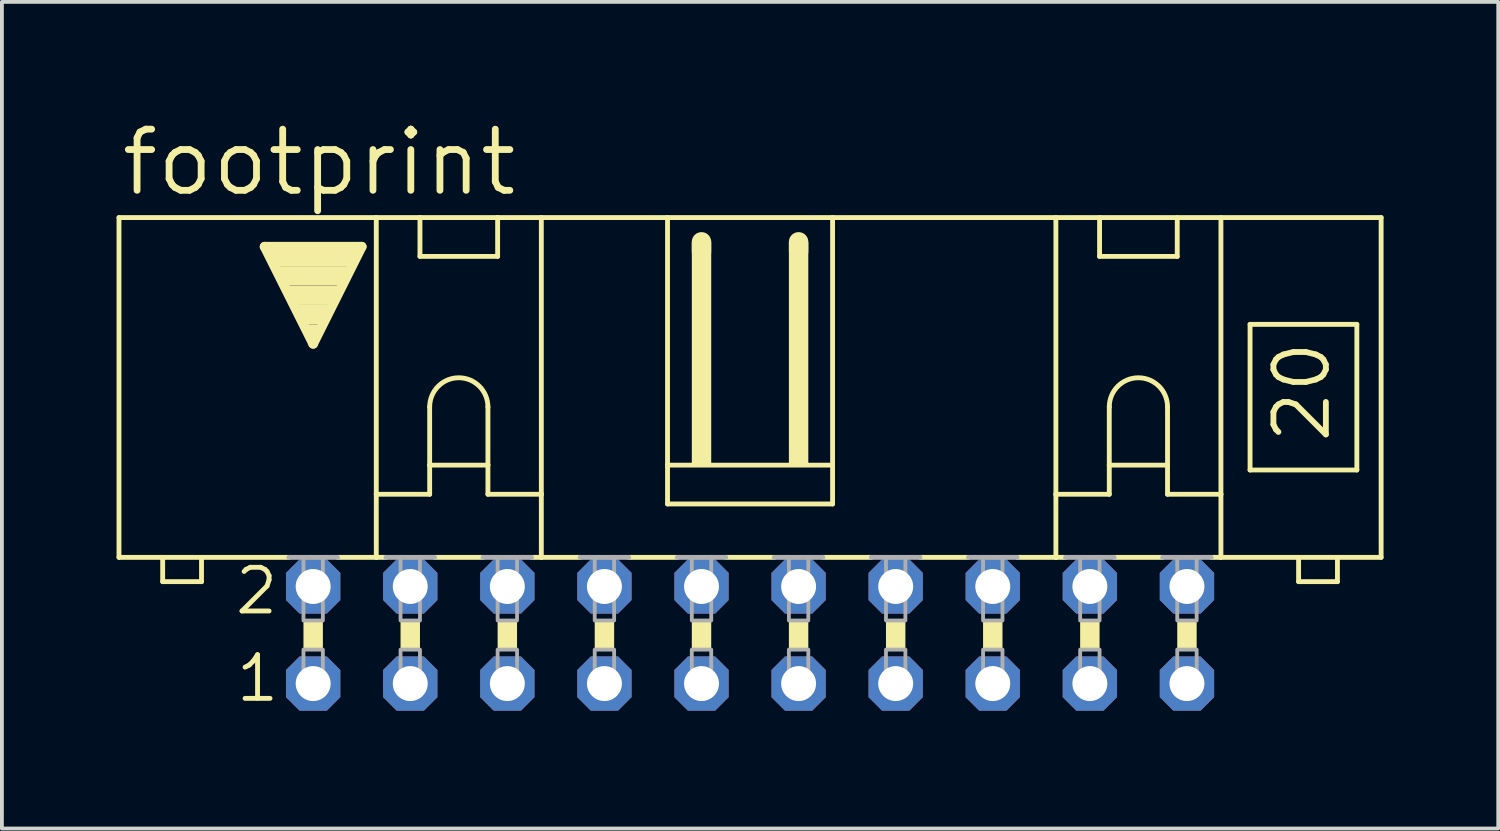
<source format=kicad_pcb>
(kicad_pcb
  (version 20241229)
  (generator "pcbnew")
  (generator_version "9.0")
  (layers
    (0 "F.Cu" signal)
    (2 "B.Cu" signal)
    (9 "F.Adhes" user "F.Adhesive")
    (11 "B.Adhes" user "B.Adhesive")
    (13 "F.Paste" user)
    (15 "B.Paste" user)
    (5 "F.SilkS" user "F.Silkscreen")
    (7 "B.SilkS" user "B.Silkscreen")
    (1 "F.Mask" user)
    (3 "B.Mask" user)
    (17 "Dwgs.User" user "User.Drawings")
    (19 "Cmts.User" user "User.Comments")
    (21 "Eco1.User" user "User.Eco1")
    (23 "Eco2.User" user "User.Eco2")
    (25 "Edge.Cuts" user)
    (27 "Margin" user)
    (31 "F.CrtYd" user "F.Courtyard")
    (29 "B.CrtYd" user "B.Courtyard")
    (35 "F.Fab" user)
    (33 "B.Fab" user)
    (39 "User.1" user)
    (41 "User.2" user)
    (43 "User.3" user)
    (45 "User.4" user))
  (footprint "footprint"
    (layer "F.Cu")
    (at 16.573 13.564)
    (property "Reference" "footprint" (at -16.535 -11.43 0) (layer "F.SilkS") (effects (font (size 1.6 1.6) (thickness 0.178)) (justify left bottom)))
    (fp_line (start -16.51 -2.032) (end -16.51 -10.922) (stroke (width 0.127) (type solid)) (layer "F.SilkS"))
    (fp_line (start -16.51 -2.032) (end -15.367 -2.032) (stroke (width 0.127) (type solid)) (layer "F.SilkS"))
    (fp_line (start -15.367 -2.032) (end -15.367 -1.397) (stroke (width 0.127) (type solid)) (layer "F.SilkS"))
    (fp_line (start -15.367 -2.032) (end -14.351 -2.032) (stroke (width 0.127) (type solid)) (layer "F.SilkS"))
    (fp_line (start -14.351 -2.032) (end -12.065 -2.032) (stroke (width 0.127) (type solid)) (layer "F.SilkS"))
    (fp_line (start -14.351 -1.397) (end -15.367 -1.397) (stroke (width 0.127) (type solid)) (layer "F.SilkS"))
    (fp_line (start -14.351 -1.397) (end -14.351 -2.032) (stroke (width 0.127) (type solid)) (layer "F.SilkS"))
    (fp_line (start -12.7 -10.16) (end -10.16 -10.16) (stroke (width 0.254) (type solid)) (layer "F.SilkS"))
    (fp_line (start -11.43 -7.62) (end -12.7 -10.16) (stroke (width 0.254) (type solid)) (layer "F.SilkS"))
    (fp_line (start -10.795 -2.032) (end -9.779 -2.032) (stroke (width 0.127) (type solid)) (layer "F.SilkS"))
    (fp_line (start -10.16 -10.16) (end -11.43 -7.62) (stroke (width 0.254) (type solid)) (layer "F.SilkS"))
    (fp_line (start -9.779 -10.922) (end -16.51 -10.922) (stroke (width 0.127) (type solid)) (layer "F.SilkS"))
    (fp_line (start -9.779 -10.922) (end -8.636 -10.922) (stroke (width 0.127) (type solid)) (layer "F.SilkS"))
    (fp_line (start -9.779 -3.683) (end -9.779 -10.922) (stroke (width 0.127) (type solid)) (layer "F.SilkS"))
    (fp_line (start -9.779 -3.683) (end -9.779 -2.032) (stroke (width 0.127) (type solid)) (layer "F.SilkS"))
    (fp_line (start -9.779 -3.683) (end -8.382 -3.683) (stroke (width 0.127) (type solid)) (layer "F.SilkS"))
    (fp_line (start -9.779 -2.032) (end -9.525 -2.032) (stroke (width 0.127) (type solid)) (layer "F.SilkS"))
    (fp_line (start -8.636 -10.922) (end -6.604 -10.922) (stroke (width 0.127) (type solid)) (layer "F.SilkS"))
    (fp_line (start -8.636 -9.906) (end -8.636 -10.922) (stroke (width 0.127) (type solid)) (layer "F.SilkS"))
    (fp_line (start -8.636 -9.906) (end -6.604 -9.906) (stroke (width 0.127) (type solid)) (layer "F.SilkS"))
    (fp_line (start -8.382 -5.969) (end -8.382 -4.445) (stroke (width 0.127) (type solid)) (layer "F.SilkS"))
    (fp_line (start -8.382 -4.445) (end -8.382 -3.683) (stroke (width 0.127) (type solid)) (layer "F.SilkS"))
    (fp_line (start -8.382 -4.445) (end -6.858 -4.445) (stroke (width 0.127) (type solid)) (layer "F.SilkS"))
    (fp_line (start -8.255 -2.032) (end -6.985 -2.032) (stroke (width 0.127) (type solid)) (layer "F.SilkS"))
    (fp_line (start -6.858 -5.969) (end -6.858 -4.445) (stroke (width 0.127) (type solid)) (layer "F.SilkS"))
    (fp_line (start -6.858 -4.445) (end -6.858 -3.683) (stroke (width 0.127) (type solid)) (layer "F.SilkS"))
    (fp_line (start -6.858 -3.683) (end -5.461 -3.683) (stroke (width 0.127) (type solid)) (layer "F.SilkS"))
    (fp_line (start -6.604 -10.922) (end -6.604 -9.906) (stroke (width 0.127) (type solid)) (layer "F.SilkS"))
    (fp_line (start -6.604 -10.922) (end -5.461 -10.922) (stroke (width 0.127) (type solid)) (layer "F.SilkS"))
    (fp_line (start -5.461 -10.922) (end -2.159 -10.922) (stroke (width 0.127) (type solid)) (layer "F.SilkS"))
    (fp_line (start -5.461 -3.683) (end -5.461 -10.922) (stroke (width 0.127) (type solid)) (layer "F.SilkS"))
    (fp_line (start -5.461 -3.683) (end -5.461 -2.032) (stroke (width 0.127) (type solid)) (layer "F.SilkS"))
    (fp_line (start -5.461 -2.032) (end -5.715 -2.032) (stroke (width 0.127) (type solid)) (layer "F.SilkS"))
    (fp_line (start -5.461 -2.032) (end -4.445 -2.032) (stroke (width 0.127) (type solid)) (layer "F.SilkS"))
    (fp_line (start -3.175 -2.032) (end -1.905 -2.032) (stroke (width 0.127) (type solid)) (layer "F.SilkS"))
    (fp_line (start -2.159 -10.922) (end -2.159 -4.445) (stroke (width 0.127) (type solid)) (layer "F.SilkS"))
    (fp_line (start -2.159 -10.922) (end 2.159 -10.922) (stroke (width 0.127) (type solid)) (layer "F.SilkS"))
    (fp_line (start -2.159 -4.445) (end -2.159 -3.429) (stroke (width 0.127) (type solid)) (layer "F.SilkS"))
    (fp_line (start -1.27 -10.033) (end -1.27 -10.287) (stroke (width 0.508) (type solid)) (layer "F.SilkS"))
    (fp_line (start -0.635 -2.032) (end 0.635 -2.032) (stroke (width 0.127) (type solid)) (layer "F.SilkS"))
    (fp_line (start 1.27 -10.033) (end 1.27 -10.287) (stroke (width 0.508) (type solid)) (layer "F.SilkS"))
    (fp_line (start 1.905 -2.032) (end 3.175 -2.032) (stroke (width 0.127) (type solid)) (layer "F.SilkS"))
    (fp_line (start 2.159 -10.922) (end 2.159 -4.445) (stroke (width 0.127) (type solid)) (layer "F.SilkS"))
    (fp_line (start 2.159 -10.922) (end 8.001 -10.922) (stroke (width 0.127) (type solid)) (layer "F.SilkS"))
    (fp_line (start 2.159 -4.445) (end -2.159 -4.445) (stroke (width 0.127) (type solid)) (layer "F.SilkS"))
    (fp_line (start 2.159 -4.445) (end 2.159 -3.429) (stroke (width 0.127) (type solid)) (layer "F.SilkS"))
    (fp_line (start 2.159 -3.429) (end -2.159 -3.429) (stroke (width 0.127) (type solid)) (layer "F.SilkS"))
    (fp_line (start 4.445 -2.032) (end 5.715 -2.032) (stroke (width 0.127) (type solid)) (layer "F.SilkS"))
    (fp_line (start 6.985 -2.032) (end 8.001 -2.032) (stroke (width 0.127) (type solid)) (layer "F.SilkS"))
    (fp_line (start 8.001 -10.922) (end 16.51 -10.922) (stroke (width 0.127) (type solid)) (layer "F.SilkS"))
    (fp_line (start 8.001 -3.683) (end 8.001 -10.922) (stroke (width 0.127) (type solid)) (layer "F.SilkS"))
    (fp_line (start 8.001 -3.683) (end 8.001 -2.032) (stroke (width 0.127) (type solid)) (layer "F.SilkS"))
    (fp_line (start 8.001 -3.683) (end 9.398 -3.683) (stroke (width 0.127) (type solid)) (layer "F.SilkS"))
    (fp_line (start 8.001 -2.032) (end 8.255 -2.032) (stroke (width 0.127) (type solid)) (layer "F.SilkS"))
    (fp_line (start 9.144 -9.906) (end 9.144 -10.922) (stroke (width 0.127) (type solid)) (layer "F.SilkS"))
    (fp_line (start 9.144 -9.906) (end 11.176 -9.906) (stroke (width 0.127) (type solid)) (layer "F.SilkS"))
    (fp_line (start 9.398 -5.969) (end 9.398 -4.445) (stroke (width 0.127) (type solid)) (layer "F.SilkS"))
    (fp_line (start 9.398 -4.445) (end 9.398 -3.683) (stroke (width 0.127) (type solid)) (layer "F.SilkS"))
    (fp_line (start 9.398 -4.445) (end 10.922 -4.445) (stroke (width 0.127) (type solid)) (layer "F.SilkS"))
    (fp_line (start 9.525 -2.032) (end 10.795 -2.032) (stroke (width 0.127) (type solid)) (layer "F.SilkS"))
    (fp_line (start 10.922 -5.969) (end 10.922 -4.445) (stroke (width 0.127) (type solid)) (layer "F.SilkS"))
    (fp_line (start 10.922 -4.445) (end 10.922 -3.683) (stroke (width 0.127) (type solid)) (layer "F.SilkS"))
    (fp_line (start 10.922 -3.683) (end 12.319 -3.683) (stroke (width 0.127) (type solid)) (layer "F.SilkS"))
    (fp_line (start 11.176 -10.922) (end 11.176 -9.906) (stroke (width 0.127) (type solid)) (layer "F.SilkS"))
    (fp_line (start 12.319 -3.683) (end 12.319 -10.922) (stroke (width 0.127) (type solid)) (layer "F.SilkS"))
    (fp_line (start 12.319 -3.683) (end 12.319 -2.032) (stroke (width 0.127) (type solid)) (layer "F.SilkS"))
    (fp_line (start 12.319 -2.032) (end 12.065 -2.032) (stroke (width 0.127) (type solid)) (layer "F.SilkS"))
    (fp_line (start 13.081 -8.128) (end 13.081 -4.318) (stroke (width 0.127) (type solid)) (layer "F.SilkS"))
    (fp_line (start 13.081 -8.128) (end 15.875 -8.128) (stroke (width 0.127) (type solid)) (layer "F.SilkS"))
    (fp_line (start 13.081 -4.318) (end 15.875 -4.318) (stroke (width 0.127) (type solid)) (layer "F.SilkS"))
    (fp_line (start 14.351 -2.032) (end 12.319 -2.032) (stroke (width 0.127) (type solid)) (layer "F.SilkS"))
    (fp_line (start 14.351 -2.032) (end 14.351 -1.397) (stroke (width 0.127) (type solid)) (layer "F.SilkS"))
    (fp_line (start 15.367 -2.032) (end 14.351 -2.032) (stroke (width 0.127) (type solid)) (layer "F.SilkS"))
    (fp_line (start 15.367 -1.397) (end 14.351 -1.397) (stroke (width 0.127) (type solid)) (layer "F.SilkS"))
    (fp_line (start 15.367 -1.397) (end 15.367 -2.032) (stroke (width 0.127) (type solid)) (layer "F.SilkS"))
    (fp_line (start 15.875 -4.318) (end 15.875 -8.128) (stroke (width 0.127) (type solid)) (layer "F.SilkS"))
    (fp_line (start 16.51 -2.032) (end 15.367 -2.032) (stroke (width 0.127) (type solid)) (layer "F.SilkS"))
    (fp_line (start 16.51 -2.032) (end 16.51 -10.922) (stroke (width 0.127) (type solid)) (layer "F.SilkS"))
    (fp_arc (start -8.382 -5.969) (mid -7.62 -6.731) (end -6.858 -5.969) (stroke (width 0.127) (type solid)) (layer "F.SilkS"))
    (fp_arc (start 9.398 -5.969) (mid 10.16 -6.731) (end 10.922 -5.969) (stroke (width 0.127) (type solid)) (layer "F.SilkS"))
    (fp_poly (pts (xy -12.573 -9.652) (xy -10.287 -9.652) (xy -10.287 -10.16) (xy -12.573 -10.16)) (stroke (width 0) (type solid)) (fill yes) (layer "F.SilkS"))
    (fp_poly (pts (xy -12.319 -9.144) (xy -10.541 -9.144) (xy -10.541 -9.652) (xy -12.319 -9.652)) (stroke (width 0) (type solid)) (fill yes) (layer "F.SilkS"))
    (fp_poly (pts (xy -12.065 -8.636) (xy -10.795 -8.636) (xy -10.795 -9.144) (xy -12.065 -9.144)) (stroke (width 0) (type solid)) (fill yes) (layer "F.SilkS"))
    (fp_poly (pts (xy -11.811 -8.128) (xy -11.049 -8.128) (xy -11.049 -8.636) (xy -11.811 -8.636)) (stroke (width 0) (type solid)) (fill yes) (layer "F.SilkS"))
    (fp_poly (pts (xy -11.684 0.381) (xy -11.176 0.381) (xy -11.176 -0.381) (xy -11.684 -0.381)) (stroke (width 0) (type solid)) (fill yes) (layer "F.SilkS"))
    (fp_poly (pts (xy -11.557 -7.874) (xy -11.303 -7.874) (xy -11.303 -8.128) (xy -11.557 -8.128)) (stroke (width 0) (type solid)) (fill yes) (layer "F.SilkS"))
    (fp_poly (pts (xy -9.144 0.381) (xy -8.636 0.381) (xy -8.636 -0.381) (xy -9.144 -0.381)) (stroke (width 0) (type solid)) (fill yes) (layer "F.SilkS"))
    (fp_poly (pts (xy -6.604 0.381) (xy -6.096 0.381) (xy -6.096 -0.381) (xy -6.604 -0.381)) (stroke (width 0) (type solid)) (fill yes) (layer "F.SilkS"))
    (fp_poly (pts (xy -4.064 0.381) (xy -3.556 0.381) (xy -3.556 -0.381) (xy -4.064 -0.381)) (stroke (width 0) (type solid)) (fill yes) (layer "F.SilkS"))
    (fp_poly (pts (xy -1.524 -4.445) (xy -1.016 -4.445) (xy -1.016 -10.287) (xy -1.524 -10.287)) (stroke (width 0) (type solid)) (fill yes) (layer "F.SilkS"))
    (fp_poly (pts (xy -1.524 0.381) (xy -1.016 0.381) (xy -1.016 -0.381) (xy -1.524 -0.381)) (stroke (width 0) (type solid)) (fill yes) (layer "F.SilkS"))
    (fp_poly (pts (xy 1.016 -4.445) (xy 1.524 -4.445) (xy 1.524 -10.287) (xy 1.016 -10.287)) (stroke (width 0) (type solid)) (fill yes) (layer "F.SilkS"))
    (fp_poly (pts (xy 1.016 0.381) (xy 1.524 0.381) (xy 1.524 -0.381) (xy 1.016 -0.381)) (stroke (width 0) (type solid)) (fill yes) (layer "F.SilkS"))
    (fp_poly (pts (xy 3.556 0.381) (xy 4.064 0.381) (xy 4.064 -0.381) (xy 3.556 -0.381)) (stroke (width 0) (type solid)) (fill yes) (layer "F.SilkS"))
    (fp_poly (pts (xy 6.096 0.381) (xy 6.604 0.381) (xy 6.604 -0.381) (xy 6.096 -0.381)) (stroke (width 0) (type solid)) (fill yes) (layer "F.SilkS"))
    (fp_poly (pts (xy 8.636 0.381) (xy 9.144 0.381) (xy 9.144 -0.381) (xy 8.636 -0.381)) (stroke (width 0) (type solid)) (fill yes) (layer "F.SilkS"))
    (fp_poly (pts (xy 11.176 0.381) (xy 11.684 0.381) (xy 11.684 -0.381) (xy 11.176 -0.381)) (stroke (width 0) (type solid)) (fill yes) (layer "F.SilkS"))
    (fp_line (start -12.065 -2.032) (end -10.795 -2.032) (stroke (width 0.127) (type solid)) (layer "F.Fab"))
    (fp_line (start -9.525 -2.032) (end -8.255 -2.032) (stroke (width 0.127) (type solid)) (layer "F.Fab"))
    (fp_line (start -6.985 -2.032) (end -5.715 -2.032) (stroke (width 0.127) (type solid)) (layer "F.Fab"))
    (fp_line (start -4.445 -2.032) (end -3.175 -2.032) (stroke (width 0.127) (type solid)) (layer "F.Fab"))
    (fp_line (start -0.635 -2.032) (end -1.905 -2.032) (stroke (width 0.127) (type solid)) (layer "F.Fab"))
    (fp_line (start 1.905 -2.032) (end 0.635 -2.032) (stroke (width 0.127) (type solid)) (layer "F.Fab"))
    (fp_line (start 4.445 -2.032) (end 3.175 -2.032) (stroke (width 0.127) (type solid)) (layer "F.Fab"))
    (fp_line (start 6.985 -2.032) (end 5.715 -2.032) (stroke (width 0.127) (type solid)) (layer "F.Fab"))
    (fp_line (start 9.525 -2.032) (end 8.255 -2.032) (stroke (width 0.127) (type solid)) (layer "F.Fab"))
    (fp_line (start 12.065 -2.032) (end 10.795 -2.032) (stroke (width 0.127) (type solid)) (layer "F.Fab"))
    (fp_poly (pts (xy -11.684 -0.381) (xy -11.176 -0.381) (xy -11.176 -2.032) (xy -11.684 -2.032)) (stroke (width 0.1) (type solid)) (fill no) (layer "F.Fab"))
    (fp_poly (pts (xy -11.684 1.524) (xy -11.176 1.524) (xy -11.176 0.381) (xy -11.684 0.381)) (stroke (width 0.1) (type solid)) (fill no) (layer "F.Fab"))
    (fp_poly (pts (xy -9.144 -0.381) (xy -8.636 -0.381) (xy -8.636 -2.032) (xy -9.144 -2.032)) (stroke (width 0.1) (type solid)) (fill no) (layer "F.Fab"))
    (fp_poly (pts (xy -9.144 1.524) (xy -8.636 1.524) (xy -8.636 0.381) (xy -9.144 0.381)) (stroke (width 0.1) (type solid)) (fill no) (layer "F.Fab"))
    (fp_poly (pts (xy -6.604 -0.381) (xy -6.096 -0.381) (xy -6.096 -2.032) (xy -6.604 -2.032)) (stroke (width 0.1) (type solid)) (fill no) (layer "F.Fab"))
    (fp_poly (pts (xy -6.604 1.524) (xy -6.096 1.524) (xy -6.096 0.381) (xy -6.604 0.381)) (stroke (width 0.1) (type solid)) (fill no) (layer "F.Fab"))
    (fp_poly (pts (xy -4.064 -0.381) (xy -3.556 -0.381) (xy -3.556 -2.032) (xy -4.064 -2.032)) (stroke (width 0.1) (type solid)) (fill no) (layer "F.Fab"))
    (fp_poly (pts (xy -4.064 1.524) (xy -3.556 1.524) (xy -3.556 0.381) (xy -4.064 0.381)) (stroke (width 0.1) (type solid)) (fill no) (layer "F.Fab"))
    (fp_poly (pts (xy -1.524 -0.381) (xy -1.016 -0.381) (xy -1.016 -2.032) (xy -1.524 -2.032)) (stroke (width 0.1) (type solid)) (fill no) (layer "F.Fab"))
    (fp_poly (pts (xy -1.524 1.524) (xy -1.016 1.524) (xy -1.016 0.381) (xy -1.524 0.381)) (stroke (width 0.1) (type solid)) (fill no) (layer "F.Fab"))
    (fp_poly (pts (xy 1.016 -0.381) (xy 1.524 -0.381) (xy 1.524 -2.032) (xy 1.016 -2.032)) (stroke (width 0.1) (type solid)) (fill no) (layer "F.Fab"))
    (fp_poly (pts (xy 1.016 1.524) (xy 1.524 1.524) (xy 1.524 0.381) (xy 1.016 0.381)) (stroke (width 0.1) (type solid)) (fill no) (layer "F.Fab"))
    (fp_poly (pts (xy 3.556 -0.381) (xy 4.064 -0.381) (xy 4.064 -2.032) (xy 3.556 -2.032)) (stroke (width 0.1) (type solid)) (fill no) (layer "F.Fab"))
    (fp_poly (pts (xy 3.556 1.524) (xy 4.064 1.524) (xy 4.064 0.381) (xy 3.556 0.381)) (stroke (width 0.1) (type solid)) (fill no) (layer "F.Fab"))
    (fp_poly (pts (xy 6.096 -0.381) (xy 6.604 -0.381) (xy 6.604 -2.032) (xy 6.096 -2.032)) (stroke (width 0.1) (type solid)) (fill no) (layer "F.Fab"))
    (fp_poly (pts (xy 6.096 1.524) (xy 6.604 1.524) (xy 6.604 0.381) (xy 6.096 0.381)) (stroke (width 0.1) (type solid)) (fill no) (layer "F.Fab"))
    (fp_poly (pts (xy 8.636 -0.381) (xy 9.144 -0.381) (xy 9.144 -2.032) (xy 8.636 -2.032)) (stroke (width 0.1) (type solid)) (fill no) (layer "F.Fab"))
    (fp_poly (pts (xy 8.636 1.524) (xy 9.144 1.524) (xy 9.144 0.381) (xy 8.636 0.381)) (stroke (width 0.1) (type solid)) (fill no) (layer "F.Fab"))
    (fp_poly (pts (xy 11.176 -0.381) (xy 11.684 -0.381) (xy 11.684 -2.032) (xy 11.176 -2.032)) (stroke (width 0.1) (type solid)) (fill no) (layer "F.Fab"))
    (fp_poly (pts (xy 11.176 1.524) (xy 11.684 1.524) (xy 11.684 0.381) (xy 11.176 0.381)) (stroke (width 0.1) (type solid)) (fill no) (layer "F.Fab"))
    (fp_text user "20" (at 15.24 -4.953 90) (layer "F.SilkS") (effects (font (size 1.372 1.372) (thickness 0.152)) (justify left bottom)))
    (fp_text user "1" (at -13.513 1.803 0) (layer "F.SilkS") (effects (font (size 1.143 1.143) (thickness 0.127)) (justify left bottom)))
    (fp_text user "2" (at -13.538 -0.483 0) (layer "F.SilkS") (effects (font (size 1.143 1.143) (thickness 0.127)) (justify left bottom)))
    (pad "1" thru_hole roundrect (at -11.43 1.27) (size 1.422 1.422) (drill 0.914) (layers "*.Cu" "*.Mask") (roundrect_rratio 0.25) (chamfer_ratio 0.25) (chamfer top_left top_right bottom_left bottom_right))
    (pad "2" thru_hole roundrect (at -11.43 -1.27) (size 1.422 1.422) (drill 0.914) (layers "*.Cu" "*.Mask") (roundrect_rratio 0.25) (chamfer_ratio 0.25) (chamfer top_left top_right bottom_left bottom_right))
    (pad "3" thru_hole roundrect (at -8.89 1.27) (size 1.422 1.422) (drill 0.914) (layers "*.Cu" "*.Mask") (roundrect_rratio 0.25) (chamfer_ratio 0.25) (chamfer top_left top_right bottom_left bottom_right))
    (pad "4" thru_hole roundrect (at -8.89 -1.27) (size 1.422 1.422) (drill 0.914) (layers "*.Cu" "*.Mask") (roundrect_rratio 0.25) (chamfer_ratio 0.25) (chamfer top_left top_right bottom_left bottom_right))
    (pad "5" thru_hole roundrect (at -6.35 1.27) (size 1.422 1.422) (drill 0.914) (layers "*.Cu" "*.Mask") (roundrect_rratio 0.25) (chamfer_ratio 0.25) (chamfer top_left top_right bottom_left bottom_right))
    (pad "6" thru_hole roundrect (at -6.35 -1.27) (size 1.422 1.422) (drill 0.914) (layers "*.Cu" "*.Mask") (roundrect_rratio 0.25) (chamfer_ratio 0.25) (chamfer top_left top_right bottom_left bottom_right))
    (pad "7" thru_hole roundrect (at -3.81 1.27) (size 1.422 1.422) (drill 0.914) (layers "*.Cu" "*.Mask") (roundrect_rratio 0.25) (chamfer_ratio 0.25) (chamfer top_left top_right bottom_left bottom_right))
    (pad "8" thru_hole roundrect (at -3.81 -1.27) (size 1.422 1.422) (drill 0.914) (layers "*.Cu" "*.Mask") (roundrect_rratio 0.25) (chamfer_ratio 0.25) (chamfer top_left top_right bottom_left bottom_right))
    (pad "9" thru_hole roundrect (at -1.27 1.27) (size 1.422 1.422) (drill 0.914) (layers "*.Cu" "*.Mask") (roundrect_rratio 0.25) (chamfer_ratio 0.25) (chamfer top_left top_right bottom_left bottom_right))
    (pad "10" thru_hole roundrect (at -1.27 -1.27) (size 1.422 1.422) (drill 0.914) (layers "*.Cu" "*.Mask") (roundrect_rratio 0.25) (chamfer_ratio 0.25) (chamfer top_left top_right bottom_left bottom_right))
    (pad "11" thru_hole roundrect (at 1.27 1.27) (size 1.422 1.422) (drill 0.914) (layers "*.Cu" "*.Mask") (roundrect_rratio 0.25) (chamfer_ratio 0.25) (chamfer top_left top_right bottom_left bottom_right))
    (pad "12" thru_hole roundrect (at 1.27 -1.27) (size 1.422 1.422) (drill 0.914) (layers "*.Cu" "*.Mask") (roundrect_rratio 0.25) (chamfer_ratio 0.25) (chamfer top_left top_right bottom_left bottom_right))
    (pad "13" thru_hole roundrect (at 3.81 1.27) (size 1.422 1.422) (drill 0.914) (layers "*.Cu" "*.Mask") (roundrect_rratio 0.25) (chamfer_ratio 0.25) (chamfer top_left top_right bottom_left bottom_right))
    (pad "14" thru_hole roundrect (at 3.81 -1.27) (size 1.422 1.422) (drill 0.914) (layers "*.Cu" "*.Mask") (roundrect_rratio 0.25) (chamfer_ratio 0.25) (chamfer top_left top_right bottom_left bottom_right))
    (pad "15" thru_hole roundrect (at 6.35 1.27) (size 1.422 1.422) (drill 0.914) (layers "*.Cu" "*.Mask") (roundrect_rratio 0.25) (chamfer_ratio 0.25) (chamfer top_left top_right bottom_left bottom_right))
    (pad "16" thru_hole roundrect (at 6.35 -1.27) (size 1.422 1.422) (drill 0.914) (layers "*.Cu" "*.Mask") (roundrect_rratio 0.25) (chamfer_ratio 0.25) (chamfer top_left top_right bottom_left bottom_right))
    (pad "17" thru_hole roundrect (at 8.89 1.27) (size 1.422 1.422) (drill 0.914) (layers "*.Cu" "*.Mask") (roundrect_rratio 0.25) (chamfer_ratio 0.25) (chamfer top_left top_right bottom_left bottom_right))
    (pad "18" thru_hole roundrect (at 8.89 -1.27) (size 1.422 1.422) (drill 0.914) (layers "*.Cu" "*.Mask") (roundrect_rratio 0.25) (chamfer_ratio 0.25) (chamfer top_left top_right bottom_left bottom_right))
    (pad "19" thru_hole roundrect (at 11.43 1.27) (size 1.422 1.422) (drill 0.914) (layers "*.Cu" "*.Mask") (roundrect_rratio 0.25) (chamfer_ratio 0.25) (chamfer top_left top_right bottom_left bottom_right))
    (pad "20" thru_hole roundrect (at 11.43 -1.27) (size 1.422 1.422) (drill 0.914) (layers "*.Cu" "*.Mask") (roundrect_rratio 0.25) (chamfer_ratio 0.25) (chamfer top_left top_right bottom_left bottom_right)))
  (gr_rect
    (start -3 -3)
    (end 36.147 18.626)
    (stroke (width 0.1) (type default))
    (fill no)
    (layer "Edge.Cuts")))
</source>
